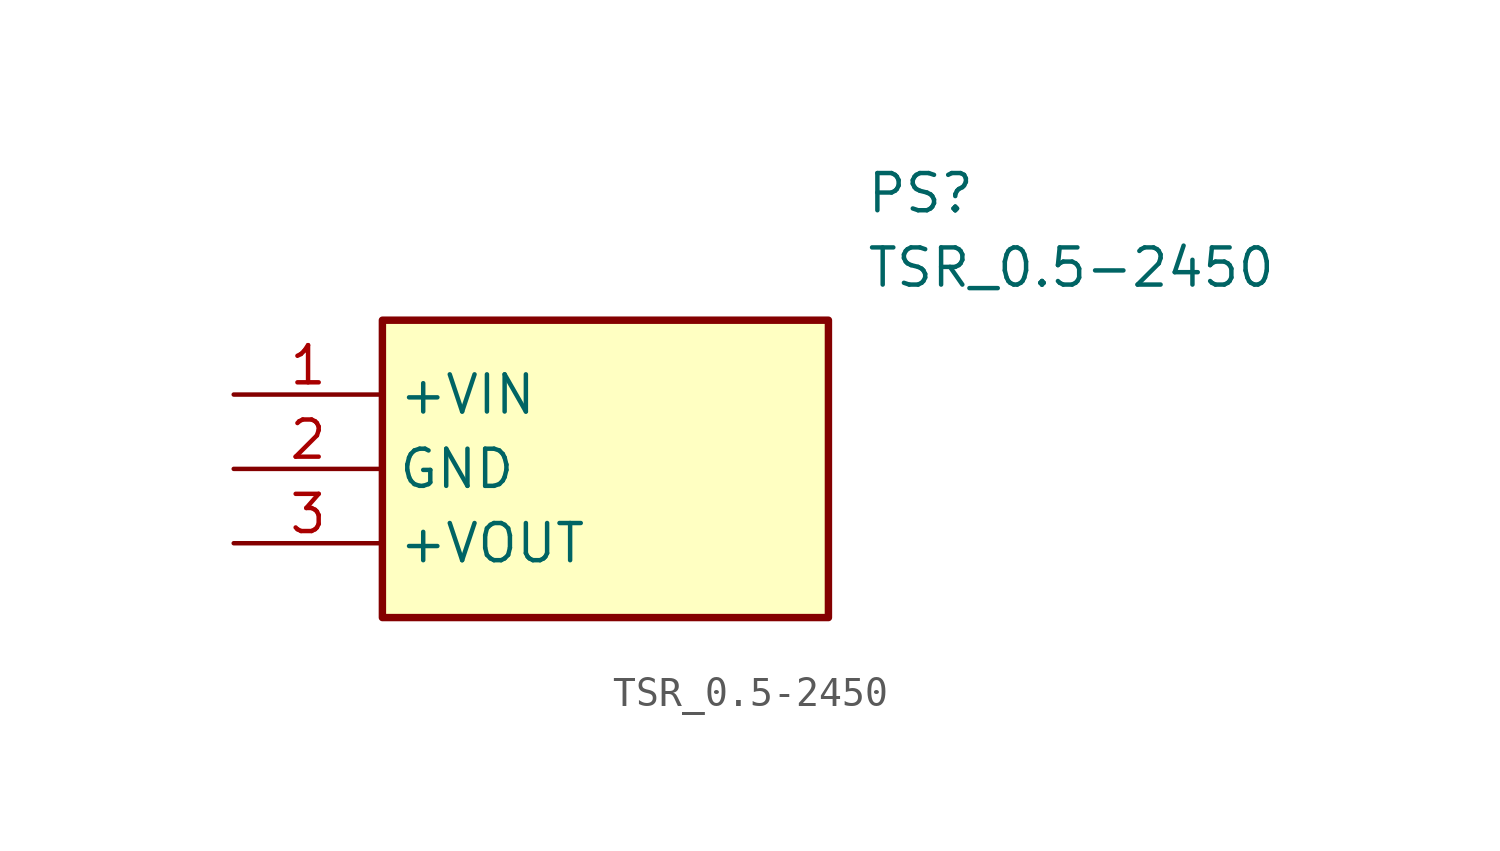
<source format=kicad_sym>
(kicad_symbol_lib
  (version 20211014)
  (generator SamacSys_ECAD_Model)
  (symbol "TSR_0.5-2450"
    (property "Reference" "PS"
      (at 21.59 7.62 0)
      (effects (font (size 1.27 1.27)) (justify left top)))
    (property "Value" "TSR_0.5-2450"
      (at 21.59 5.08 0)
      (effects (font (size 1.27 1.27)) (justify left top)))
    (rectangle
      (start 5.08 2.54)
      (end 20.32 -7.62)
      (stroke (width 0.254) (type default))
      (fill (type background)))
    (pin passive line
      (at 0 0 0)
      (length 5.08)
      (name "+VIN" (effects (font (size 1.27 1.27))))
      (number "1" (effects (font (size 1.27 1.27)))))
    (pin passive line
      (at 0 -2.54 0)
      (length 5.08)
      (name "GND" (effects (font (size 1.27 1.27))))
      (number "2" (effects (font (size 1.27 1.27)))))
    (pin passive line
      (at 0 -5.08 0)
      (length 5.08)
      (name "+VOUT" (effects (font (size 1.27 1.27))))
      (number "3" (effects (font (size 1.27 1.27)))))))
</source>
